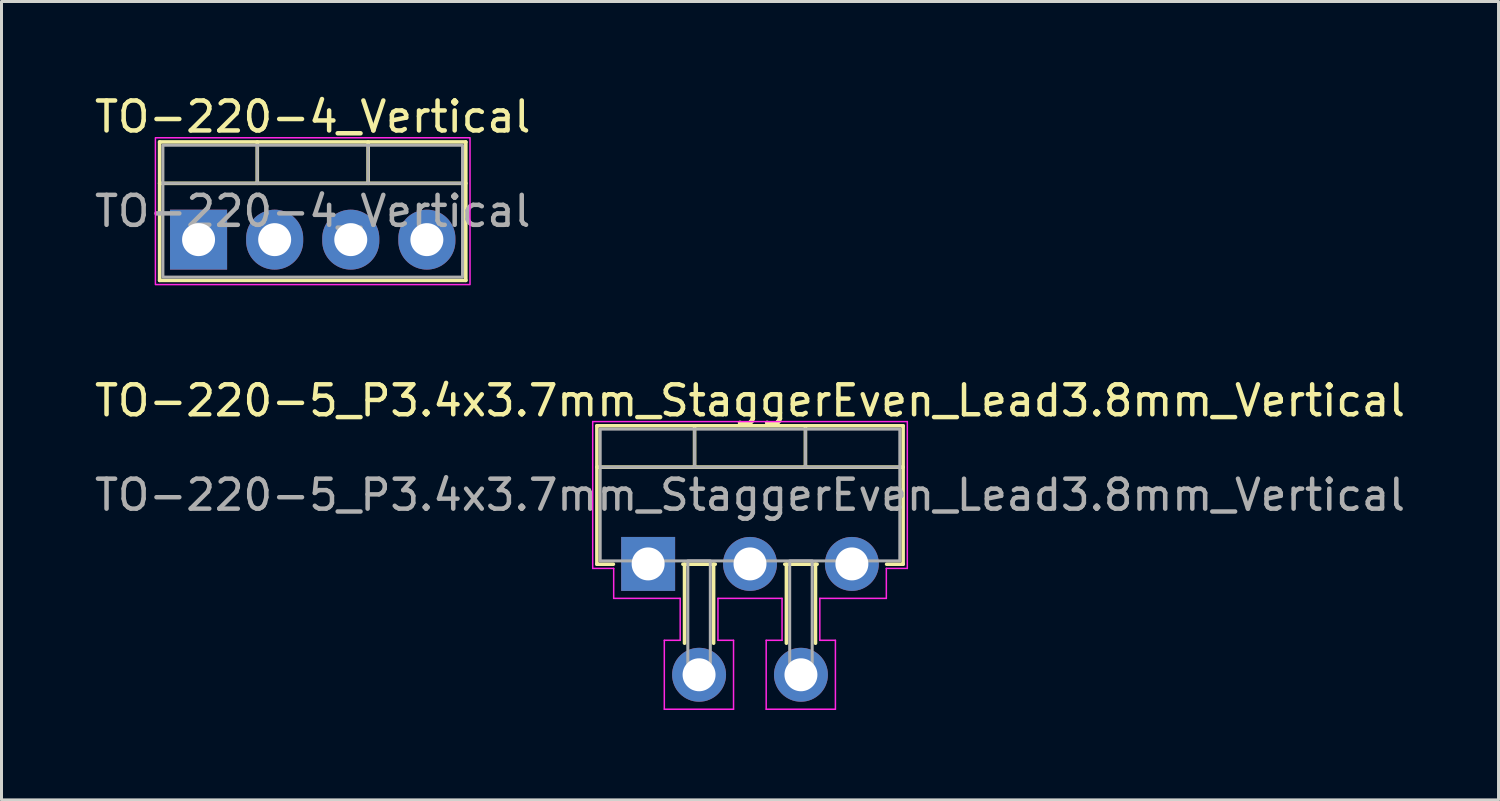
<source format=kicad_pcb>
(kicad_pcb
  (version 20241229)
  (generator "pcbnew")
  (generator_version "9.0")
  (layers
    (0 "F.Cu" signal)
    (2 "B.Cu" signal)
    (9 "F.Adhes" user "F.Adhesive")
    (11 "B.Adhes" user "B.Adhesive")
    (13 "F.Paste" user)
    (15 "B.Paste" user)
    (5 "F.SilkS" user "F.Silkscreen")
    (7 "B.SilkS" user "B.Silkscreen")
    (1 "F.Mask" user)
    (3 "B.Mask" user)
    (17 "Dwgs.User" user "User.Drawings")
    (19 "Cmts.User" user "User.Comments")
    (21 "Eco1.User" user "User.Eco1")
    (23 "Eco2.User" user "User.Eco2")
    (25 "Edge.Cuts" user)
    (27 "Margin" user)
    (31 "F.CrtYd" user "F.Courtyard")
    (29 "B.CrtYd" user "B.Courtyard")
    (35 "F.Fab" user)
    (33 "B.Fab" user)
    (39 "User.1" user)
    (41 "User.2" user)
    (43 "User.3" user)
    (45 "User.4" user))
  (footprint "TO-220-4_Vertical"
    (layer "F.Cu")
    (at 3.577 4.948)
    (property "Reference" "TO-220-4_Vertical" (at 3.81 -4.1 0) (layer "F.SilkS") (effects (font (size 1 1) (thickness 0.15))))
    (attr through_hole)
    (fp_line (start -1.3 -3.26) (end 8.92 -3.26) (stroke (width 0.12) (type solid)) (layer "F.SilkS"))
    (fp_line (start -1.3 -1.88) (end 8.92 -1.88) (stroke (width 0.12) (type solid)) (layer "F.SilkS"))
    (fp_line (start -1.3 1.36) (end -1.3 -3.26) (stroke (width 0.12) (type solid)) (layer "F.SilkS"))
    (fp_line (start 1.96 -3.26) (end 1.96 -1.88) (stroke (width 0.12) (type solid)) (layer "F.SilkS"))
    (fp_line (start 5.66 -3.26) (end 5.66 -1.88) (stroke (width 0.12) (type solid)) (layer "F.SilkS"))
    (fp_line (start 8.92 -3.26) (end 8.92 1.36) (stroke (width 0.12) (type solid)) (layer "F.SilkS"))
    (fp_line (start 8.92 1.36) (end -1.3 1.36) (stroke (width 0.12) (type solid)) (layer "F.SilkS"))
    (fp_rect (start -1.44 -3.4) (end 9.06 1.5) (stroke (width 0.05) (type solid)) (fill no) (layer "F.CrtYd"))
    (fp_line (start -1.19 -1.88) (end 8.81 -1.88) (stroke (width 0.1) (type solid)) (layer "F.Fab"))
    (fp_line (start 1.96 -3.15) (end 1.96 -1.88) (stroke (width 0.1) (type solid)) (layer "F.Fab"))
    (fp_line (start 5.66 -3.15) (end 5.66 -1.88) (stroke (width 0.1) (type solid)) (layer "F.Fab"))
    (fp_rect (start -1.19 -3.15) (end 8.81 1.25) (stroke (width 0.1) (type solid)) (fill no) (layer "F.Fab"))
    (fp_text user "${REFERENCE}" (at 3.81 -0.95 0) (layer "F.Fab") (effects (font (size 1 1) (thickness 0.15))))
    (pad "1" thru_hole rect (at 0 0) (size 1.905 2) (drill 1.1) (layers "*.Cu" "*.Mask"))
    (pad "2" thru_hole oval (at 2.54 0) (size 1.905 2) (drill 1.1) (layers "*.Cu" "*.Mask"))
    (pad "3" thru_hole oval (at 5.08 0) (size 1.905 2) (drill 1.1) (layers "*.Cu" "*.Mask"))
    (pad "4" thru_hole oval (at 7.62 0) (size 1.905 2) (drill 1.1) (layers "*.Cu" "*.Mask")))
  (footprint "TO-220-5_P3.4x3.7mm_StaggerEven_Lead3.8mm_Vertical"
    (layer "F.Cu")
    (at 18.582 15.771)
    (property "Reference" "TO-220-5_P3.4x3.7mm_StaggerEven_Lead3.8mm_Vertical" (at 3.4 -5.45 0) (layer "F.SilkS") (effects (font (size 1 1) (thickness 0.15))))
    (attr through_hole)
    (fp_line (start -1.71 -4.61) (end 8.51 -4.61) (stroke (width 0.12) (type solid)) (layer "F.SilkS"))
    (fp_line (start -1.71 -3.23) (end 8.51 -3.23) (stroke (width 0.12) (type solid)) (layer "F.SilkS"))
    (fp_line (start -1.71 0.01) (end -1.71 -4.61) (stroke (width 0.12) (type solid)) (layer "F.SilkS"))
    (fp_line (start -1.16 0.01) (end -1.71 0.01) (stroke (width 0.12) (type solid)) (layer "F.SilkS"))
    (fp_line (start 1.215 0.01) (end 1.215 2.646) (stroke (width 0.12) (type solid)) (layer "F.SilkS"))
    (fp_line (start 1.55 -4.61) (end 1.55 -3.23) (stroke (width 0.12) (type solid)) (layer "F.SilkS"))
    (fp_line (start 2.185 0.01) (end 2.185 2.646) (stroke (width 0.12) (type solid)) (layer "F.SilkS"))
    (fp_line (start 2.24 0.01) (end 1.16 0.01) (stroke (width 0.12) (type solid)) (layer "F.SilkS"))
    (fp_line (start 4.615 0.01) (end 4.615 2.646) (stroke (width 0.12) (type solid)) (layer "F.SilkS"))
    (fp_line (start 5.25 -4.61) (end 5.25 -3.23) (stroke (width 0.12) (type solid)) (layer "F.SilkS"))
    (fp_line (start 5.585 0.01) (end 5.585 2.646) (stroke (width 0.12) (type solid)) (layer "F.SilkS"))
    (fp_line (start 5.64 0.01) (end 4.56 0.01) (stroke (width 0.12) (type solid)) (layer "F.SilkS"))
    (fp_line (start 8.51 -4.61) (end 8.51 0.01) (stroke (width 0.12) (type solid)) (layer "F.SilkS"))
    (fp_line (start 8.51 0.01) (end 7.96 0.01) (stroke (width 0.12) (type solid)) (layer "F.SilkS"))
    (fp_line (start -1.85 -4.75) (end 8.65 -4.75) (stroke (width 0.05) (type solid)) (layer "F.CrtYd"))
    (fp_line (start -1.85 0.15) (end -1.85 -4.75) (stroke (width 0.05) (type solid)) (layer "F.CrtYd"))
    (fp_line (start -1.15 0.15) (end -1.85 0.15) (stroke (width 0.05) (type solid)) (layer "F.CrtYd"))
    (fp_line (start -1.15 1.15) (end -1.15 0.15) (stroke (width 0.05) (type solid)) (layer "F.CrtYd"))
    (fp_line (start 0.54 2.55) (end 1.07 2.55) (stroke (width 0.05) (type solid)) (layer "F.CrtYd"))
    (fp_line (start 0.54 4.85) (end 0.54 2.55) (stroke (width 0.05) (type solid)) (layer "F.CrtYd"))
    (fp_line (start 1.07 1.15) (end -1.15 1.15) (stroke (width 0.05) (type solid)) (layer "F.CrtYd"))
    (fp_line (start 1.07 2.55) (end 1.07 1.15) (stroke (width 0.05) (type solid)) (layer "F.CrtYd"))
    (fp_line (start 2.33 1.15) (end 2.33 2.55) (stroke (width 0.05) (type solid)) (layer "F.CrtYd"))
    (fp_line (start 2.33 2.55) (end 2.85 2.55) (stroke (width 0.05) (type solid)) (layer "F.CrtYd"))
    (fp_line (start 2.85 2.55) (end 2.85 4.85) (stroke (width 0.05) (type solid)) (layer "F.CrtYd"))
    (fp_line (start 2.85 4.85) (end 0.54 4.85) (stroke (width 0.05) (type solid)) (layer "F.CrtYd"))
    (fp_line (start 3.94 2.55) (end 4.47 2.55) (stroke (width 0.05) (type solid)) (layer "F.CrtYd"))
    (fp_line (start 3.94 4.85) (end 3.94 2.55) (stroke (width 0.05) (type solid)) (layer "F.CrtYd"))
    (fp_line (start 4.47 1.15) (end 2.33 1.15) (stroke (width 0.05) (type solid)) (layer "F.CrtYd"))
    (fp_line (start 4.47 2.55) (end 4.47 1.15) (stroke (width 0.05) (type solid)) (layer "F.CrtYd"))
    (fp_line (start 5.73 1.15) (end 5.73 2.55) (stroke (width 0.05) (type solid)) (layer "F.CrtYd"))
    (fp_line (start 5.73 2.55) (end 6.25 2.55) (stroke (width 0.05) (type solid)) (layer "F.CrtYd"))
    (fp_line (start 6.25 2.55) (end 6.25 4.85) (stroke (width 0.05) (type solid)) (layer "F.CrtYd"))
    (fp_line (start 6.25 4.85) (end 3.94 4.85) (stroke (width 0.05) (type solid)) (layer "F.CrtYd"))
    (fp_line (start 7.95 0.15) (end 7.95 1.15) (stroke (width 0.05) (type solid)) (layer "F.CrtYd"))
    (fp_line (start 7.95 1.15) (end 5.73 1.15) (stroke (width 0.05) (type solid)) (layer "F.CrtYd"))
    (fp_line (start 8.65 -4.75) (end 8.65 0.15) (stroke (width 0.05) (type solid)) (layer "F.CrtYd"))
    (fp_line (start 8.65 0.15) (end 7.95 0.15) (stroke (width 0.05) (type solid)) (layer "F.CrtYd"))
    (fp_line (start -1.6 -3.23) (end 8.4 -3.23) (stroke (width 0.1) (type solid)) (layer "F.Fab"))
    (fp_line (start 1.55 -4.5) (end 1.55 -3.23) (stroke (width 0.1) (type solid)) (layer "F.Fab"))
    (fp_line (start 5.25 -4.5) (end 5.25 -3.23) (stroke (width 0.1) (type solid)) (layer "F.Fab"))
    (fp_rect (start -1.6 -4.5) (end 8.4 -0.1) (stroke (width 0.1) (type solid)) (fill no) (layer "F.Fab"))
    (fp_rect (start -0.375 -0.1) (end 0.375 0) (stroke (width 0.1) (type solid)) (fill no) (layer "F.Fab"))
    (fp_rect (start 1.325 -0.1) (end 2.075 3.7) (stroke (width 0.1) (type solid)) (fill no) (layer "F.Fab"))
    (fp_rect (start 3.025 -0.1) (end 3.775 0) (stroke (width 0.1) (type solid)) (fill no) (layer "F.Fab"))
    (fp_rect (start 4.725 -0.1) (end 5.475 3.7) (stroke (width 0.1) (type solid)) (fill no) (layer "F.Fab"))
    (fp_rect (start 6.425 -0.1) (end 7.175 0) (stroke (width 0.1) (type solid)) (fill no) (layer "F.Fab"))
    (fp_text user "${REFERENCE}" (at 3.4 -2.3 0) (layer "F.Fab") (effects (font (size 1 1) (thickness 0.15))))
    (pad "1" thru_hole rect (at 0 0) (size 1.8 1.8) (drill 1.1) (layers "*.Cu" "*.Mask"))
    (pad "2" thru_hole circle (at 1.7 3.7) (size 1.8 1.8) (drill 1.1) (layers "*.Cu" "*.Mask"))
    (pad "3" thru_hole circle (at 3.4 0) (size 1.8 1.8) (drill 1.1) (layers "*.Cu" "*.Mask"))
    (pad "4" thru_hole circle (at 5.1 3.7) (size 1.8 1.8) (drill 1.1) (layers "*.Cu" "*.Mask"))
    (pad "5" thru_hole circle (at 6.8 0) (size 1.8 1.8) (drill 1.1) (layers "*.Cu" "*.Mask")))
  (gr_rect
    (start -3 -3)
    (end 46.964 23.646)
    (stroke (width 0.1) (type default))
    (fill no)
    (layer "Edge.Cuts")))
</source>
